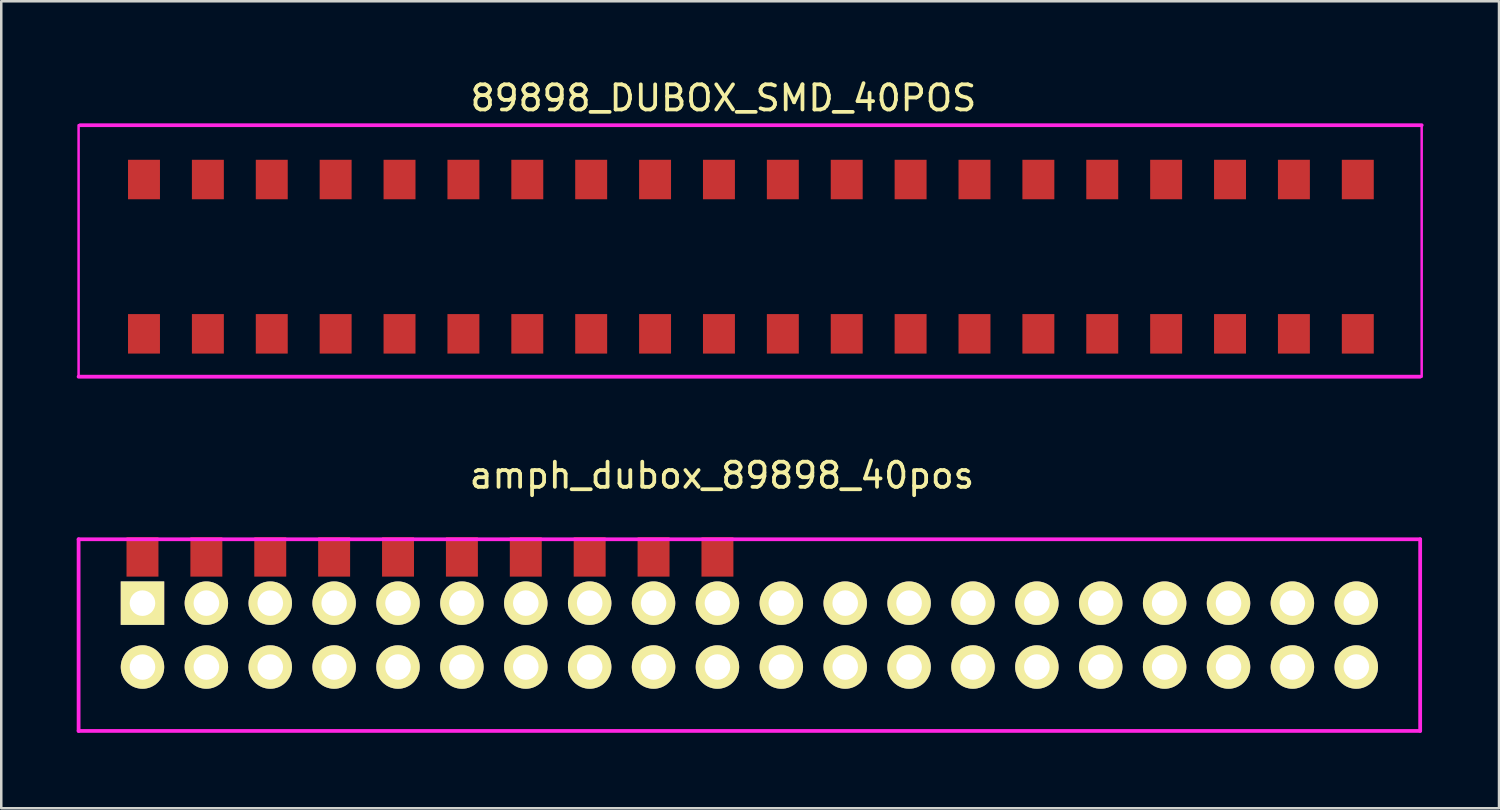
<source format=kicad_pcb>
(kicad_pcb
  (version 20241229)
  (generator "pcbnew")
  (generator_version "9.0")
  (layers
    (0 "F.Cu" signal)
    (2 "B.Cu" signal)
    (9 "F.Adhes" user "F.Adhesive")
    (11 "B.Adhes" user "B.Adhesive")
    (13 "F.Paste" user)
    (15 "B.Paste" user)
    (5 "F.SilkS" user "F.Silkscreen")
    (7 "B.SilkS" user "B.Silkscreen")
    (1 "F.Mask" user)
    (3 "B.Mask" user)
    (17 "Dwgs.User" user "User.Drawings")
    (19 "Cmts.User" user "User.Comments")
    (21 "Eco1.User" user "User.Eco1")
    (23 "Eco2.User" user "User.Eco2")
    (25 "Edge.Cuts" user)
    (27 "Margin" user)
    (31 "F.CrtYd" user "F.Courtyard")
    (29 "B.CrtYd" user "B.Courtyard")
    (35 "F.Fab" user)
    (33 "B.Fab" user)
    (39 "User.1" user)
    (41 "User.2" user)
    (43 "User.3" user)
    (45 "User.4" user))
  (footprint "amph_dubox_89898_40pos"
    (layer "F.Cu")
    (at 2.615 20.931)
    (property "Reference" "amph_dubox_89898_40pos" (at 23.038 -5.08 0) (layer "F.SilkS") (effects (font (size 1 1) (thickness 0.15))))
    (attr through_hole)
    (fp_line (start -2.54 -2.54) (end -2.54 5.08) (stroke (width 0.15) (type solid)) (layer "F.CrtYd"))
    (fp_line (start -2.54 5.08) (end 50.8 5.08) (stroke (width 0.15) (type solid)) (layer "F.CrtYd"))
    (fp_line (start 50.8 -2.54) (end -2.54 -2.54) (stroke (width 0.15) (type solid)) (layer "F.CrtYd"))
    (fp_line (start 50.8 5.08) (end 50.8 -2.54) (stroke (width 0.15) (type solid)) (layer "F.CrtYd"))
    (pad "1" smd rect (at 0 -1.84) (size 1.27 1.57) (layers "F.Cu" "F.Mask" "F.Paste"))
    (pad "1" thru_hole rect (at 0 0) (size 1.727 1.727) (drill 1.016) (layers "*.Cu" "*.Mask" "F.SilkS"))
    (pad "2" thru_hole oval (at 0 2.54) (size 1.727 1.727) (drill 1.016) (layers "*.Cu" "*.Mask" "F.SilkS"))
    (pad "3" smd rect (at 2.54 -1.84) (size 1.27 1.57) (layers "F.Cu" "F.Mask" "F.Paste"))
    (pad "3" thru_hole oval (at 2.54 0) (size 1.727 1.727) (drill 1.016) (layers "*.Cu" "*.Mask" "F.SilkS"))
    (pad "4" thru_hole oval (at 2.54 2.54) (size 1.727 1.727) (drill 1.016) (layers "*.Cu" "*.Mask" "F.SilkS"))
    (pad "5" smd rect (at 5.08 -1.84) (size 1.27 1.57) (layers "F.Cu" "F.Mask" "F.Paste"))
    (pad "5" thru_hole oval (at 5.08 0) (size 1.727 1.727) (drill 1.016) (layers "*.Cu" "*.Mask" "F.SilkS"))
    (pad "6" thru_hole oval (at 5.08 2.54) (size 1.727 1.727) (drill 1.016) (layers "*.Cu" "*.Mask" "F.SilkS"))
    (pad "7" smd rect (at 7.62 -1.84) (size 1.27 1.57) (layers "F.Cu" "F.Mask" "F.Paste"))
    (pad "7" thru_hole oval (at 7.62 0) (size 1.727 1.727) (drill 1.016) (layers "*.Cu" "*.Mask" "F.SilkS"))
    (pad "8" thru_hole oval (at 7.62 2.54) (size 1.727 1.727) (drill 1.016) (layers "*.Cu" "*.Mask" "F.SilkS"))
    (pad "9" smd rect (at 10.16 -1.84) (size 1.27 1.57) (layers "F.Cu" "F.Mask" "F.Paste"))
    (pad "9" thru_hole oval (at 10.16 0) (size 1.727 1.727) (drill 1.016) (layers "*.Cu" "*.Mask" "F.SilkS"))
    (pad "10" thru_hole oval (at 10.16 2.54) (size 1.727 1.727) (drill 1.016) (layers "*.Cu" "*.Mask" "F.SilkS"))
    (pad "11" smd rect (at 12.7 -1.84) (size 1.27 1.57) (layers "F.Cu" "F.Mask" "F.Paste"))
    (pad "11" thru_hole oval (at 12.7 0) (size 1.727 1.727) (drill 1.016) (layers "*.Cu" "*.Mask" "F.SilkS"))
    (pad "12" thru_hole oval (at 12.7 2.54) (size 1.727 1.727) (drill 1.016) (layers "*.Cu" "*.Mask" "F.SilkS"))
    (pad "13" smd rect (at 15.24 -1.84) (size 1.27 1.57) (layers "F.Cu" "F.Mask" "F.Paste"))
    (pad "13" thru_hole oval (at 15.24 0) (size 1.727 1.727) (drill 1.016) (layers "*.Cu" "*.Mask" "F.SilkS"))
    (pad "14" thru_hole oval (at 15.24 2.54) (size 1.727 1.727) (drill 1.016) (layers "*.Cu" "*.Mask" "F.SilkS"))
    (pad "15" smd rect (at 17.78 -1.84) (size 1.27 1.57) (layers "F.Cu" "F.Mask" "F.Paste"))
    (pad "15" thru_hole oval (at 17.78 0) (size 1.727 1.727) (drill 1.016) (layers "*.Cu" "*.Mask" "F.SilkS"))
    (pad "16" thru_hole oval (at 17.78 2.54) (size 1.727 1.727) (drill 1.016) (layers "*.Cu" "*.Mask" "F.SilkS"))
    (pad "17" smd rect (at 20.32 -1.84) (size 1.27 1.57) (layers "F.Cu" "F.Mask" "F.Paste"))
    (pad "17" thru_hole oval (at 20.32 0) (size 1.727 1.727) (drill 1.016) (layers "*.Cu" "*.Mask" "F.SilkS"))
    (pad "18" thru_hole oval (at 20.32 2.54) (size 1.727 1.727) (drill 1.016) (layers "*.Cu" "*.Mask" "F.SilkS"))
    (pad "19" smd rect (at 22.86 -1.84) (size 1.27 1.57) (layers "F.Cu" "F.Mask" "F.Paste"))
    (pad "19" thru_hole oval (at 22.86 0) (size 1.727 1.727) (drill 1.016) (layers "*.Cu" "*.Mask" "F.SilkS"))
    (pad "20" thru_hole oval (at 22.86 2.54) (size 1.727 1.727) (drill 1.016) (layers "*.Cu" "*.Mask" "F.SilkS"))
    (pad "21" thru_hole oval (at 25.4 0) (size 1.727 1.727) (drill 1.016) (layers "*.Cu" "*.Mask" "F.SilkS"))
    (pad "22" thru_hole oval (at 25.4 2.54) (size 1.727 1.727) (drill 1.016) (layers "*.Cu" "*.Mask" "F.SilkS"))
    (pad "23" thru_hole oval (at 27.94 0) (size 1.727 1.727) (drill 1.016) (layers "*.Cu" "*.Mask" "F.SilkS"))
    (pad "24" thru_hole oval (at 27.94 2.54) (size 1.727 1.727) (drill 1.016) (layers "*.Cu" "*.Mask" "F.SilkS"))
    (pad "25" thru_hole oval (at 30.48 0) (size 1.727 1.727) (drill 1.016) (layers "*.Cu" "*.Mask" "F.SilkS"))
    (pad "26" thru_hole oval (at 30.48 2.54) (size 1.727 1.727) (drill 1.016) (layers "*.Cu" "*.Mask" "F.SilkS"))
    (pad "27" thru_hole oval (at 33.02 0) (size 1.727 1.727) (drill 1.016) (layers "*.Cu" "*.Mask" "F.SilkS"))
    (pad "28" thru_hole oval (at 33.02 2.54) (size 1.727 1.727) (drill 1.016) (layers "*.Cu" "*.Mask" "F.SilkS"))
    (pad "29" thru_hole oval (at 35.56 0) (size 1.727 1.727) (drill 1.016) (layers "*.Cu" "*.Mask" "F.SilkS"))
    (pad "30" thru_hole oval (at 35.56 2.54) (size 1.727 1.727) (drill 1.016) (layers "*.Cu" "*.Mask" "F.SilkS"))
    (pad "31" thru_hole oval (at 38.1 0) (size 1.727 1.727) (drill 1.016) (layers "*.Cu" "*.Mask" "F.SilkS"))
    (pad "32" thru_hole oval (at 38.1 2.54) (size 1.727 1.727) (drill 1.016) (layers "*.Cu" "*.Mask" "F.SilkS"))
    (pad "33" thru_hole oval (at 40.64 0) (size 1.727 1.727) (drill 1.016) (layers "*.Cu" "*.Mask" "F.SilkS"))
    (pad "34" thru_hole oval (at 40.64 2.54) (size 1.727 1.727) (drill 1.016) (layers "*.Cu" "*.Mask" "F.SilkS"))
    (pad "35" thru_hole oval (at 43.18 0) (size 1.727 1.727) (drill 1.016) (layers "*.Cu" "*.Mask" "F.SilkS"))
    (pad "36" thru_hole oval (at 43.18 2.54) (size 1.727 1.727) (drill 1.016) (layers "*.Cu" "*.Mask" "F.SilkS"))
    (pad "37" thru_hole oval (at 45.72 0) (size 1.727 1.727) (drill 1.016) (layers "*.Cu" "*.Mask" "F.SilkS"))
    (pad "38" thru_hole oval (at 45.72 2.54) (size 1.727 1.727) (drill 1.016) (layers "*.Cu" "*.Mask" "F.SilkS"))
    (pad "39" thru_hole oval (at 48.26 0) (size 1.727 1.727) (drill 1.016) (layers "*.Cu" "*.Mask" "F.SilkS"))
    (pad "40" thru_hole oval (at 48.26 2.54) (size 1.727 1.727) (drill 1.016) (layers "*.Cu" "*.Mask" "F.SilkS")))
  (footprint "89898_DUBOX_SMD_40POS"
    (layer "F.Cu")
    (at 2.675 5.928)
    (property "Reference" "89898_DUBOX_SMD_40POS" (at 23.038 -5.08 0) (layer "F.SilkS") (effects (font (size 1 1) (thickness 0.15))))
    (attr through_hole)
    (fp_line (start -2.6 6) (end -2.6 -4) (stroke (width 0.1) (type solid)) (layer "F.CrtYd"))
    (fp_line (start -2.6 6) (end 50.74 6) (stroke (width 0.15) (type solid)) (layer "F.CrtYd"))
    (fp_line (start 50.8 -4) (end -2.54 -4) (stroke (width 0.15) (type solid)) (layer "F.CrtYd"))
    (fp_line (start 50.8 -4) (end 50.8 6) (stroke (width 0.1) (type solid)) (layer "F.CrtYd"))
    (pad "1" smd rect (at 0 -1.84) (size 1.27 1.57) (layers "F.Cu" "F.Mask" "F.Paste"))
    (pad "2" smd rect (at 0 4.295) (size 1.27 1.57) (layers "F.Cu" "F.Mask" "F.Paste"))
    (pad "3" smd rect (at 2.54 -1.84) (size 1.27 1.57) (layers "F.Cu" "F.Mask" "F.Paste"))
    (pad "4" smd rect (at 2.54 4.295) (size 1.27 1.57) (layers "F.Cu" "F.Mask" "F.Paste"))
    (pad "5" smd rect (at 5.08 -1.84) (size 1.27 1.57) (layers "F.Cu" "F.Mask" "F.Paste"))
    (pad "6" smd rect (at 5.08 4.295) (size 1.27 1.57) (layers "F.Cu" "F.Mask" "F.Paste"))
    (pad "7" smd rect (at 7.62 -1.84) (size 1.27 1.57) (layers "F.Cu" "F.Mask" "F.Paste"))
    (pad "8" smd rect (at 7.62 4.295) (size 1.27 1.57) (layers "F.Cu" "F.Mask" "F.Paste"))
    (pad "9" smd rect (at 10.16 -1.84) (size 1.27 1.57) (layers "F.Cu" "F.Mask" "F.Paste"))
    (pad "10" smd rect (at 10.16 4.295) (size 1.27 1.57) (layers "F.Cu" "F.Mask" "F.Paste"))
    (pad "11" smd rect (at 12.7 -1.84) (size 1.27 1.57) (layers "F.Cu" "F.Mask" "F.Paste"))
    (pad "12" smd rect (at 12.7 4.295) (size 1.27 1.57) (layers "F.Cu" "F.Mask" "F.Paste"))
    (pad "13" smd rect (at 15.24 -1.84) (size 1.27 1.57) (layers "F.Cu" "F.Mask" "F.Paste"))
    (pad "14" smd rect (at 15.24 4.295) (size 1.27 1.57) (layers "F.Cu" "F.Mask" "F.Paste"))
    (pad "15" smd rect (at 17.78 -1.84) (size 1.27 1.57) (layers "F.Cu" "F.Mask" "F.Paste"))
    (pad "16" smd rect (at 17.78 4.295) (size 1.27 1.57) (layers "F.Cu" "F.Mask" "F.Paste"))
    (pad "17" smd rect (at 20.32 -1.84) (size 1.27 1.57) (layers "F.Cu" "F.Mask" "F.Paste"))
    (pad "18" smd rect (at 20.32 4.295) (size 1.27 1.57) (layers "F.Cu" "F.Mask" "F.Paste"))
    (pad "19" smd rect (at 22.86 -1.84) (size 1.27 1.57) (layers "F.Cu" "F.Mask" "F.Paste"))
    (pad "20" smd rect (at 22.86 4.295) (size 1.27 1.57) (layers "F.Cu" "F.Mask" "F.Paste"))
    (pad "21" smd rect (at 25.4 -1.84) (size 1.27 1.57) (layers "F.Cu" "F.Mask" "F.Paste"))
    (pad "22" smd rect (at 25.4 4.295) (size 1.27 1.57) (layers "F.Cu" "F.Mask" "F.Paste"))
    (pad "23" smd rect (at 27.94 -1.84) (size 1.27 1.57) (layers "F.Cu" "F.Mask" "F.Paste"))
    (pad "24" smd rect (at 27.94 4.295) (size 1.27 1.57) (layers "F.Cu" "F.Mask" "F.Paste"))
    (pad "25" smd rect (at 30.48 -1.84) (size 1.27 1.57) (layers "F.Cu" "F.Mask" "F.Paste"))
    (pad "26" smd rect (at 30.48 4.295) (size 1.27 1.57) (layers "F.Cu" "F.Mask" "F.Paste"))
    (pad "27" smd rect (at 33.02 -1.84) (size 1.27 1.57) (layers "F.Cu" "F.Mask" "F.Paste"))
    (pad "28" smd rect (at 33.02 4.295) (size 1.27 1.57) (layers "F.Cu" "F.Mask" "F.Paste"))
    (pad "29" smd rect (at 35.56 -1.84) (size 1.27 1.57) (layers "F.Cu" "F.Mask" "F.Paste"))
    (pad "30" smd rect (at 35.56 4.295) (size 1.27 1.57) (layers "F.Cu" "F.Mask" "F.Paste"))
    (pad "31" smd rect (at 38.1 -1.84) (size 1.27 1.57) (layers "F.Cu" "F.Mask" "F.Paste"))
    (pad "32" smd rect (at 38.1 4.295) (size 1.27 1.57) (layers "F.Cu" "F.Mask" "F.Paste"))
    (pad "33" smd rect (at 40.64 -1.84) (size 1.27 1.57) (layers "F.Cu" "F.Mask" "F.Paste"))
    (pad "34" smd rect (at 40.64 4.295) (size 1.27 1.57) (layers "F.Cu" "F.Mask" "F.Paste"))
    (pad "35" smd rect (at 43.18 -1.84) (size 1.27 1.57) (layers "F.Cu" "F.Mask" "F.Paste"))
    (pad "36" smd rect (at 43.18 4.295) (size 1.27 1.57) (layers "F.Cu" "F.Mask" "F.Paste"))
    (pad "37" smd rect (at 45.72 -1.84) (size 1.27 1.57) (layers "F.Cu" "F.Mask" "F.Paste"))
    (pad "38" smd rect (at 45.72 4.295) (size 1.27 1.57) (layers "F.Cu" "F.Mask" "F.Paste"))
    (pad "39" smd rect (at 48.26 -1.84) (size 1.27 1.57) (layers "F.Cu" "F.Mask" "F.Paste"))
    (pad "40" smd rect (at 48.26 4.295) (size 1.27 1.57) (layers "F.Cu" "F.Mask" "F.Paste")))
  (gr_rect
    (start -3 -3)
    (end 56.55 29.087)
    (stroke (width 0.1) (type default))
    (fill no)
    (layer "Edge.Cuts")))
</source>
